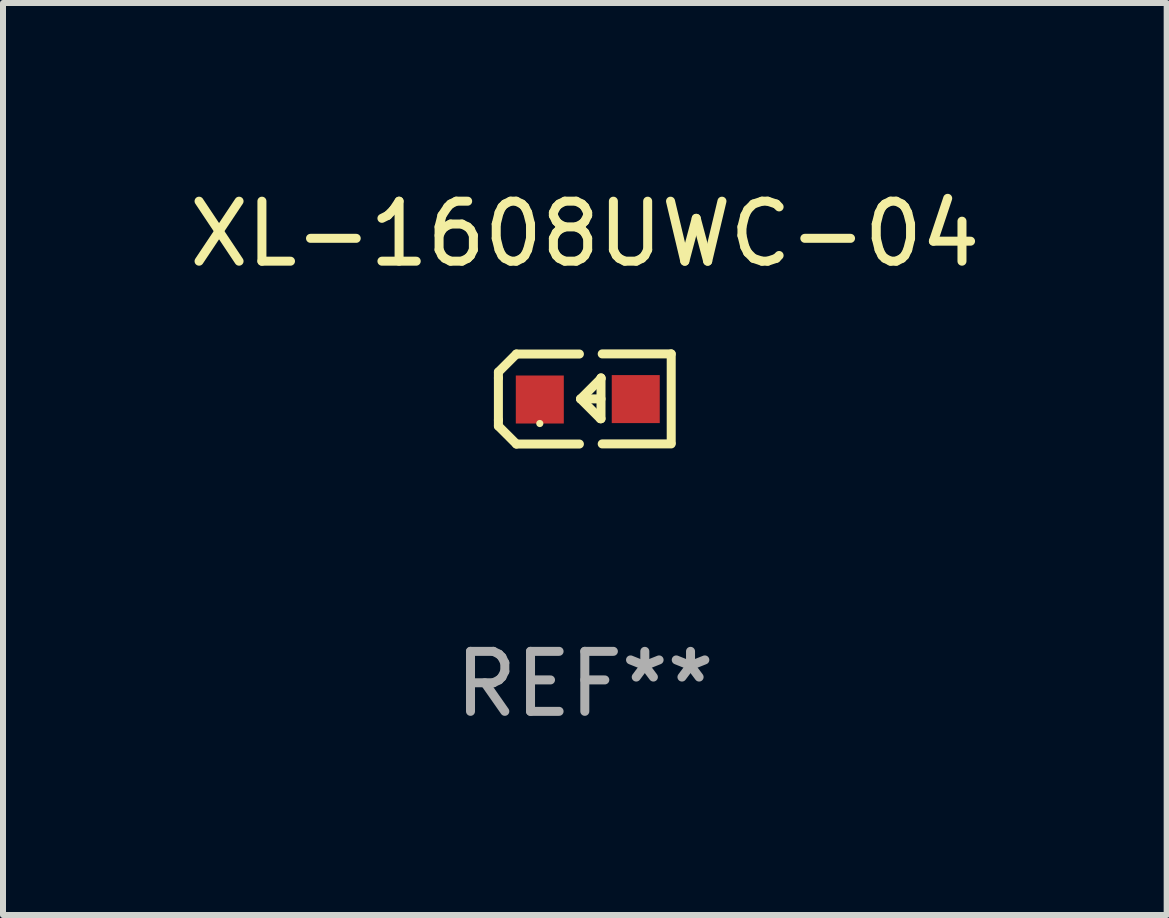
<source format=kicad_pcb>
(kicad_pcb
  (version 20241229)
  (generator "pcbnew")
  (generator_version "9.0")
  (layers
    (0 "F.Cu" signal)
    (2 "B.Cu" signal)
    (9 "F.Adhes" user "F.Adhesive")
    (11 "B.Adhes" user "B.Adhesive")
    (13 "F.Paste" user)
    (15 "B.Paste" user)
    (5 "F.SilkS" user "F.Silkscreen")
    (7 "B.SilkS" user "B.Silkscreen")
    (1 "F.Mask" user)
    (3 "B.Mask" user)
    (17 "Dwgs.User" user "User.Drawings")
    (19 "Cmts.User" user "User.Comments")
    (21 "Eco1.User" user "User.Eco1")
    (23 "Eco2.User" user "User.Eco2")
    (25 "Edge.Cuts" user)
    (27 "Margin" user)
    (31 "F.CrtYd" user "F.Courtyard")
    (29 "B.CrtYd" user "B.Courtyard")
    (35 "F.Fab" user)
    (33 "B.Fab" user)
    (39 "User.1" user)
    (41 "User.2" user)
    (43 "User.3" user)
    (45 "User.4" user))
  (footprint "XL-1608UWC-04"
    (layer "F.Cu")
    (at 6.696 3.599)
    (property "Reference" "XL-1608UWC-04" (at 0 -2.751 0) (layer "F.SilkS") (effects (font (size 1 1) (thickness 0.15))))
    (attr through_hole)
    (fp_line (start -1.44 -0.449) (end -1.14 -0.749) (stroke (width 0.15) (type solid)) (layer "F.SilkS"))
    (fp_line (start -1.44 -0.349) (end -1.44 -0.449) (stroke (width 0.15) (type solid)) (layer "F.SilkS"))
    (fp_line (start -1.44 -0.349) (end -1.44 0.351) (stroke (width 0.15) (type solid)) (layer "F.SilkS"))
    (fp_line (start -1.44 0.351) (end -1.44 0.451) (stroke (width 0.15) (type solid)) (layer "F.SilkS"))
    (fp_line (start -1.44 0.451) (end -1.14 0.751) (stroke (width 0.15) (type solid)) (layer "F.SilkS"))
    (fp_line (start -0.09 -0.749) (end -1.14 -0.749) (stroke (width 0.15) (type solid)) (layer "F.SilkS"))
    (fp_line (start -0.09 0.751) (end -1.14 0.751) (stroke (width 0.15) (type solid)) (layer "F.SilkS"))
    (fp_line (start 0.26 0.329) (end -0.07 -0.001) (stroke (width 0.15) (type solid)) (layer "F.SilkS"))
    (fp_line (start 0.27 -0.351) (end 0.27 -0.341) (stroke (width 0.15) (type solid)) (layer "F.SilkS"))
    (fp_line (start 0.27 -0.351) (end 0.27 0.329) (stroke (width 0.15) (type solid)) (layer "F.SilkS"))
    (fp_line (start 0.27 -0.341) (end -0.07 -0.001) (stroke (width 0.15) (type solid)) (layer "F.SilkS"))
    (fp_line (start 0.27 -0.001) (end -0.07 -0.001) (stroke (width 0.15) (type solid)) (layer "F.SilkS"))
    (fp_line (start 0.27 0.329) (end 0.26 0.329) (stroke (width 0.15) (type solid)) (layer "F.SilkS"))
    (fp_line (start 0.29 -0.751) (end 1.44 -0.751) (stroke (width 0.15) (type solid)) (layer "F.SilkS"))
    (fp_line (start 0.29 0.749) (end 1.44 0.749) (stroke (width 0.15) (type solid)) (layer "F.SilkS"))
    (fp_line (start 1.44 -0.751) (end 1.44 0.729) (stroke (width 0.15) (type solid)) (layer "F.SilkS"))
    (fp_circle (center -0.75 0.409) (end -0.72 0.409) (stroke (width 0.06) (type solid)) (fill no) (layer "F.SilkS"))
    (fp_text user "REF**" (at 0 4.751 0) (layer "F.Fab") (effects (font (size 1 1) (thickness 0.15))))
    (pad "1" smd rect (at -0.75 0.009 90) (size 0.8 0.8) (layers "F.Cu" "F.Mask" "F.Paste"))
    (pad "2" smd rect (at 0.849 0.002 90) (size 0.8 0.8) (layers "F.Cu" "F.Mask" "F.Paste")))
  (gr_rect
    (start -3 -3)
    (end 16.393 12.199)
    (stroke (width 0.1) (type default))
    (fill no)
    (layer "Edge.Cuts")))
</source>
